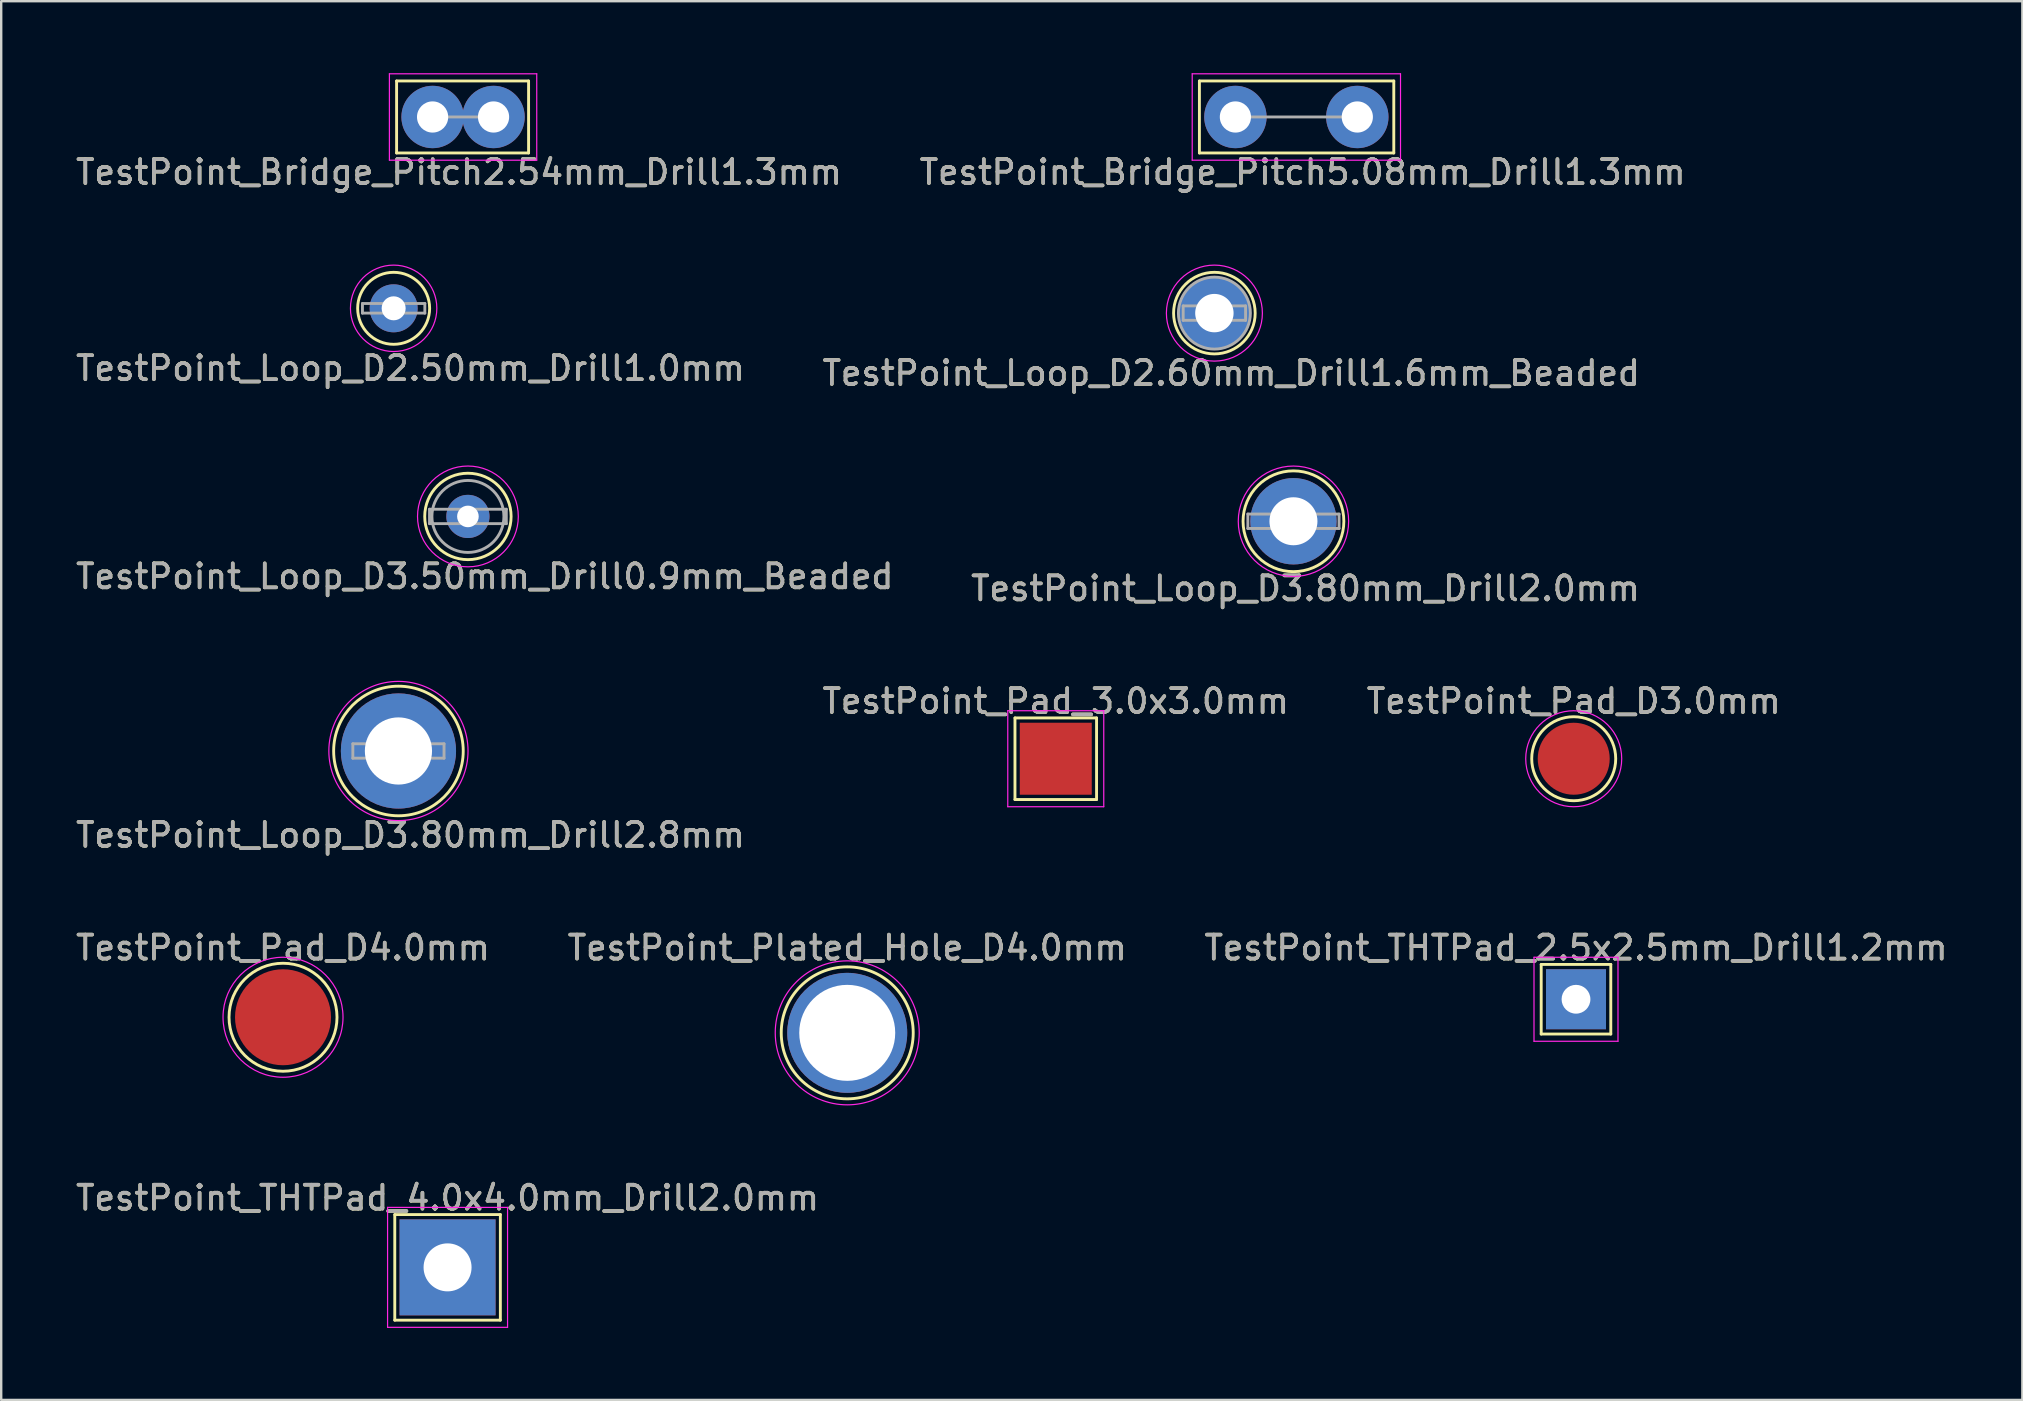
<source format=kicad_pcb>
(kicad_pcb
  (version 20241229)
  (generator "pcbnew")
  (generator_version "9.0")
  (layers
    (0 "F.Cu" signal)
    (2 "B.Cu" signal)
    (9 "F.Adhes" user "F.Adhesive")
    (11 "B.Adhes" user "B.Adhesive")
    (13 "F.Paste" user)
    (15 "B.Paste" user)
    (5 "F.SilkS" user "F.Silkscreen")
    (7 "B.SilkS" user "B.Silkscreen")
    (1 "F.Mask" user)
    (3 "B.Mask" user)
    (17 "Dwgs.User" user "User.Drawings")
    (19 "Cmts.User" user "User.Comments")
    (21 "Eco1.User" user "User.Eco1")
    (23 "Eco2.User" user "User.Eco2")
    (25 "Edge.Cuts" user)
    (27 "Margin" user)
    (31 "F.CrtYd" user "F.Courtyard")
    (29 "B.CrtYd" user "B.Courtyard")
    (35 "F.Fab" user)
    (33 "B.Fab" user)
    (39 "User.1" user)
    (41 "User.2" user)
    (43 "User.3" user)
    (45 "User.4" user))
  (footprint "TestPoint_Loop_D2.50mm_Drill1.0mm"
    (layer "F.Cu")
    (at 13.354 9.798)
    (property "Reference" "TestPoint_Loop_D2.50mm_Drill1.0mm" (at 0.7 2.5 0) (layer "F.SilkS") (effects (font (size 1 1) (thickness 0.15))))
    (attr through_hole)
    (fp_circle (center 0 0) (end 1.5 0) (stroke (width 0.12) (type solid)) (fill no) (layer "F.SilkS"))
    (fp_circle (center 0 0) (end 1.8 0) (stroke (width 0.05) (type solid)) (fill no) (layer "F.CrtYd"))
    (fp_line (start -1.3 -0.2) (end -1.3 0.2) (stroke (width 0.12) (type solid)) (layer "F.Fab"))
    (fp_line (start -1.3 0.2) (end 1.3 0.2) (stroke (width 0.12) (type solid)) (layer "F.Fab"))
    (fp_line (start 1.3 -0.2) (end -1.3 -0.2) (stroke (width 0.12) (type solid)) (layer "F.Fab"))
    (fp_line (start 1.3 0.2) (end 1.3 -0.2) (stroke (width 0.12) (type solid)) (layer "F.Fab"))
    (fp_text user "${REFERENCE}" (at 0.7 2.5 0) (layer "F.Fab") (effects (font (size 1 1) (thickness 0.15))))
    (pad "1" thru_hole circle (at 0 0) (size 2 2) (drill 1) (layers "*.Cu" "*.Mask")))
  (footprint "TestPoint_Loop_D3.80mm_Drill2.8mm"
    (layer "F.Cu")
    (at 13.554 28.245)
    (property "Reference" "TestPoint_Loop_D3.80mm_Drill2.8mm" (at 0.5 3.5 0) (layer "F.SilkS") (effects (font (size 1 1) (thickness 0.15))))
    (attr through_hole)
    (fp_circle (center 0 0) (end 2.7 0) (stroke (width 0.12) (type solid)) (fill no) (layer "F.SilkS"))
    (fp_circle (center 0 0) (end 2.9 0) (stroke (width 0.05) (type solid)) (fill no) (layer "F.CrtYd"))
    (fp_line (start -1.9 -0.3) (end -1.9 0.3) (stroke (width 0.12) (type solid)) (layer "F.Fab"))
    (fp_line (start -1.9 0.3) (end 1.9 0.3) (stroke (width 0.12) (type solid)) (layer "F.Fab"))
    (fp_line (start 1.9 -0.3) (end -1.9 -0.3) (stroke (width 0.12) (type solid)) (layer "F.Fab"))
    (fp_line (start 1.9 0.3) (end 1.9 -0.3) (stroke (width 0.12) (type solid)) (layer "F.Fab"))
    (fp_text user "${REFERENCE}" (at 0.5 3.5 0) (layer "F.Fab") (effects (font (size 1 1) (thickness 0.15))))
    (pad "1" thru_hole circle (at 0 0) (size 4.8 4.8) (drill 2.8) (layers "*.Cu" "*.Mask")))
  (footprint "TestPoint_Bridge_Pitch5.08mm_Drill1.3mm"
    (layer "F.Cu")
    (at 48.432 1.825)
    (property "Reference" "TestPoint_Bridge_Pitch5.08mm_Drill1.3mm" (at 2.8 2.3 0) (layer "F.SilkS") (effects (font (size 1 1) (thickness 0.15))))
    (attr through_hole)
    (fp_line (start -1.5 -1.5) (end -1.5 1.5) (stroke (width 0.12) (type solid)) (layer "F.SilkS"))
    (fp_line (start -1.5 -1.5) (end 6.6 -1.5) (stroke (width 0.12) (type solid)) (layer "F.SilkS"))
    (fp_line (start 6.6 1.5) (end -1.5 1.5) (stroke (width 0.12) (type solid)) (layer "F.SilkS"))
    (fp_line (start 6.6 1.5) (end 6.6 -1.5) (stroke (width 0.12) (type solid)) (layer "F.SilkS"))
    (fp_line (start -1.8 -1.8) (end -1.8 1.8) (stroke (width 0.05) (type solid)) (layer "F.CrtYd"))
    (fp_line (start -1.8 -1.8) (end 6.88 -1.8) (stroke (width 0.05) (type solid)) (layer "F.CrtYd"))
    (fp_line (start 6.88 1.8) (end -1.8 1.8) (stroke (width 0.05) (type solid)) (layer "F.CrtYd"))
    (fp_line (start 6.88 1.8) (end 6.88 -1.8) (stroke (width 0.05) (type solid)) (layer "F.CrtYd"))
    (fp_line (start 5.08 0) (end 0 0) (stroke (width 0.12) (type solid)) (layer "F.Fab"))
    (fp_text user "${REFERENCE}" (at 2.8 2.3 0) (layer "F.Fab") (effects (font (size 1 1) (thickness 0.15))))
    (pad "1" thru_hole circle (at 0 0) (size 2.6 2.6) (drill 1.3) (layers "*.Cu" "*.Mask"))
    (pad "1" thru_hole circle (at 5.08 0) (size 2.6 2.6) (drill 1.3) (layers "*.Cu" "*.Mask")))
  (footprint "TestPoint_Pad_3.0x3.0mm"
    (layer "F.Cu")
    (at 40.946 28.568)
    (property "Reference" "TestPoint_Pad_3.0x3.0mm" (at 0 -2.398 0) (layer "F.SilkS") (effects (font (size 1 1) (thickness 0.15))))
    (attr exclude_from_pos_files exclude_from_bom)
    (fp_line (start -1.7 -1.7) (end 1.7 -1.7) (stroke (width 0.12) (type solid)) (layer "F.SilkS"))
    (fp_line (start -1.7 1.7) (end -1.7 -1.7) (stroke (width 0.12) (type solid)) (layer "F.SilkS"))
    (fp_line (start 1.7 -1.7) (end 1.7 1.7) (stroke (width 0.12) (type solid)) (layer "F.SilkS"))
    (fp_line (start 1.7 1.7) (end -1.7 1.7) (stroke (width 0.12) (type solid)) (layer "F.SilkS"))
    (fp_line (start -2 -2) (end -2 2) (stroke (width 0.05) (type solid)) (layer "F.CrtYd"))
    (fp_line (start -2 -2) (end 2 -2) (stroke (width 0.05) (type solid)) (layer "F.CrtYd"))
    (fp_line (start 2 2) (end -2 2) (stroke (width 0.05) (type solid)) (layer "F.CrtYd"))
    (fp_line (start 2 2) (end 2 -2) (stroke (width 0.05) (type solid)) (layer "F.CrtYd"))
    (fp_text user "${REFERENCE}" (at 0 -2.4 0) (layer "F.Fab") (effects (font (size 1 1) (thickness 0.15))))
    (pad "1" smd rect (at 0 0) (size 3 3) (layers "F.Cu" "F.Mask")))
  (footprint "TestPoint_Plated_Hole_D4.0mm"
    (layer "F.Cu")
    (at 32.256 39.991)
    (property "Reference" "TestPoint_Plated_Hole_D4.0mm" (at 0 -3.548 0) (layer "F.SilkS") (effects (font (size 1 1) (thickness 0.15))))
    (attr exclude_from_pos_files exclude_from_bom)
    (fp_circle (center 0 0) (end 0 2.75) (stroke (width 0.12) (type solid)) (fill no) (layer "F.SilkS"))
    (fp_circle (center 0 0) (end 3 0) (stroke (width 0.05) (type solid)) (fill no) (layer "F.CrtYd"))
    (fp_text user "${REFERENCE}" (at 0 -3.55 0) (layer "F.Fab") (effects (font (size 1 1) (thickness 0.15))))
    (pad "1" thru_hole circle (at 0 0) (size 5 5) (drill 4) (layers "*.Cu" "*.Mask")))
  (footprint "TestPoint_Pad_D4.0mm"
    (layer "F.Cu")
    (at 8.744 39.341)
    (property "Reference" "TestPoint_Pad_D4.0mm" (at 0 -2.898 0) (layer "F.SilkS") (effects (font (size 1 1) (thickness 0.15))))
    (attr exclude_from_pos_files exclude_from_bom)
    (fp_circle (center 0 0) (end 0 2.25) (stroke (width 0.12) (type solid)) (fill no) (layer "F.SilkS"))
    (fp_circle (center 0 0) (end 2.5 0) (stroke (width 0.05) (type solid)) (fill no) (layer "F.CrtYd"))
    (fp_text user "${REFERENCE}" (at 0 -2.9 0) (layer "F.Fab") (effects (font (size 1 1) (thickness 0.15))))
    (pad "1" smd circle (at 0 0) (size 4 4) (layers "F.Cu" "F.Mask")))
  (footprint "TestPoint_Loop_D2.60mm_Drill1.6mm_Beaded"
    (layer "F.Cu")
    (at 47.556 9.998)
    (property "Reference" "TestPoint_Loop_D2.60mm_Drill1.6mm_Beaded" (at 0.7 2.5 0) (layer "F.SilkS") (effects (font (size 1 1) (thickness 0.15))))
    (attr through_hole)
    (fp_circle (center 0 0) (end 1.7 0) (stroke (width 0.12) (type solid)) (fill no) (layer "F.SilkS"))
    (fp_circle (center 0 0) (end 2 0) (stroke (width 0.05) (type solid)) (fill no) (layer "F.CrtYd"))
    (fp_line (start -1.3 -0.3) (end -1.3 0.3) (stroke (width 0.12) (type solid)) (layer "F.Fab"))
    (fp_line (start -1.3 0.3) (end 1.3 0.3) (stroke (width 0.12) (type solid)) (layer "F.Fab"))
    (fp_line (start 1.3 -0.3) (end -1.3 -0.3) (stroke (width 0.12) (type solid)) (layer "F.Fab"))
    (fp_line (start 1.3 0.3) (end 1.3 -0.3) (stroke (width 0.12) (type solid)) (layer "F.Fab"))
    (fp_circle (center 0 0) (end 1.5 0) (stroke (width 0.12) (type solid)) (fill no) (layer "F.Fab"))
    (fp_text user "${REFERENCE}" (at 0.7 2.5 0) (layer "F.Fab") (effects (font (size 1 1) (thickness 0.15))))
    (pad "1" thru_hole circle (at 0 0) (size 3 3) (drill 1.6) (layers "*.Cu" "*.Mask")))
  (footprint "TestPoint_THTPad_4.0x4.0mm_Drill2.0mm"
    (layer "F.Cu")
    (at 15.601 49.764)
    (property "Reference" "TestPoint_THTPad_4.0x4.0mm_Drill2.0mm" (at 0 -2.898 0) (layer "F.SilkS") (effects (font (size 1 1) (thickness 0.15))))
    (attr exclude_from_pos_files exclude_from_bom)
    (fp_line (start -2.2 -2.2) (end 2.2 -2.2) (stroke (width 0.12) (type solid)) (layer "F.SilkS"))
    (fp_line (start -2.2 2.2) (end -2.2 -2.2) (stroke (width 0.12) (type solid)) (layer "F.SilkS"))
    (fp_line (start 2.2 -2.2) (end 2.2 2.2) (stroke (width 0.12) (type solid)) (layer "F.SilkS"))
    (fp_line (start 2.2 2.2) (end -2.2 2.2) (stroke (width 0.12) (type solid)) (layer "F.SilkS"))
    (fp_line (start -2.5 -2.5) (end -2.5 2.5) (stroke (width 0.05) (type solid)) (layer "F.CrtYd"))
    (fp_line (start -2.5 -2.5) (end 2.5 -2.5) (stroke (width 0.05) (type solid)) (layer "F.CrtYd"))
    (fp_line (start 2.5 2.5) (end -2.5 2.5) (stroke (width 0.05) (type solid)) (layer "F.CrtYd"))
    (fp_line (start 2.5 2.5) (end 2.5 -2.5) (stroke (width 0.05) (type solid)) (layer "F.CrtYd"))
    (fp_text user "${REFERENCE}" (at 0 -2.9 0) (layer "F.Fab") (effects (font (size 1 1) (thickness 0.15))))
    (pad "1" thru_hole rect (at 0 0) (size 4 4) (drill 2) (layers "*.Cu" "*.Mask")))
  (footprint "TestPoint_Loop_D3.50mm_Drill0.9mm_Beaded"
    (layer "F.Cu")
    (at 16.449 18.471)
    (property "Reference" "TestPoint_Loop_D3.50mm_Drill0.9mm_Beaded" (at 0.7 2.5 0) (layer "F.SilkS") (effects (font (size 1 1) (thickness 0.15))))
    (attr through_hole)
    (fp_circle (center 0 0) (end 1.8 0) (stroke (width 0.12) (type solid)) (fill no) (layer "F.SilkS"))
    (fp_circle (center 0 0) (end 2.1 0) (stroke (width 0.05) (type solid)) (fill no) (layer "F.CrtYd"))
    (fp_line (start -1.6 -0.3) (end -1.6 0.3) (stroke (width 0.12) (type solid)) (layer "F.Fab"))
    (fp_line (start -1.6 0.3) (end 1.6 0.3) (stroke (width 0.12) (type solid)) (layer "F.Fab"))
    (fp_line (start 1.6 -0.3) (end -1.6 -0.3) (stroke (width 0.12) (type solid)) (layer "F.Fab"))
    (fp_line (start 1.6 0.3) (end 1.6 -0.3) (stroke (width 0.12) (type solid)) (layer "F.Fab"))
    (fp_circle (center 0 0) (end 1.5 0) (stroke (width 0.12) (type solid)) (fill no) (layer "F.Fab"))
    (fp_text user "${REFERENCE}" (at 0.7 2.5 0) (layer "F.Fab") (effects (font (size 1 1) (thickness 0.15))))
    (pad "1" thru_hole circle (at 0 0) (size 1.8 1.8) (drill 0.9) (layers "*.Cu" "*.Mask")))
  (footprint "TestPoint_Pad_D3.0mm"
    (layer "F.Cu")
    (at 62.53 28.568)
    (property "Reference" "TestPoint_Pad_D3.0mm" (at 0 -2.398 0) (layer "F.SilkS") (effects (font (size 1 1) (thickness 0.15))))
    (attr exclude_from_pos_files exclude_from_bom)
    (fp_circle (center 0 0) (end 0 1.75) (stroke (width 0.12) (type solid)) (fill no) (layer "F.SilkS"))
    (fp_circle (center 0 0) (end 2 0) (stroke (width 0.05) (type solid)) (fill no) (layer "F.CrtYd"))
    (fp_text user "${REFERENCE}" (at 0 -2.4 0) (layer "F.Fab") (effects (font (size 1 1) (thickness 0.15))))
    (pad "1" smd circle (at 0 0) (size 3 3) (layers "F.Cu" "F.Mask")))
  (footprint "TestPoint_Loop_D3.80mm_Drill2.0mm"
    (layer "F.Cu")
    (at 50.851 18.672)
    (property "Reference" "TestPoint_Loop_D3.80mm_Drill2.0mm" (at 0.5 2.8 0) (layer "F.SilkS") (effects (font (size 1 1) (thickness 0.15))))
    (attr through_hole)
    (fp_circle (center 0 0) (end 2.1 0) (stroke (width 0.12) (type solid)) (fill no) (layer "F.SilkS"))
    (fp_circle (center 0 0) (end 2.3 0) (stroke (width 0.05) (type solid)) (fill no) (layer "F.CrtYd"))
    (fp_line (start -1.9 -0.3) (end -1.9 0.3) (stroke (width 0.12) (type solid)) (layer "F.Fab"))
    (fp_line (start -1.9 0.3) (end 1.9 0.3) (stroke (width 0.12) (type solid)) (layer "F.Fab"))
    (fp_line (start 1.9 -0.3) (end -1.9 -0.3) (stroke (width 0.12) (type solid)) (layer "F.Fab"))
    (fp_line (start 1.9 0.3) (end 1.9 -0.3) (stroke (width 0.12) (type solid)) (layer "F.Fab"))
    (fp_text user "${REFERENCE}" (at 0.5 2.8 0) (layer "F.Fab") (effects (font (size 1 1) (thickness 0.15))))
    (pad "1" thru_hole circle (at 0 0) (size 3.6 3.6) (drill 2) (layers "*.Cu" "*.Mask")))
  (footprint "TestPoint_Bridge_Pitch2.54mm_Drill1.3mm"
    (layer "F.Cu")
    (at 14.977 1.825)
    (property "Reference" "TestPoint_Bridge_Pitch2.54mm_Drill1.3mm" (at 1.1 2.3 0) (layer "F.SilkS") (effects (font (size 1 1) (thickness 0.15))))
    (attr through_hole)
    (fp_line (start -1.5 -1.5) (end -1.5 1.5) (stroke (width 0.12) (type solid)) (layer "F.SilkS"))
    (fp_line (start -1.5 1.5) (end 4 1.5) (stroke (width 0.12) (type solid)) (layer "F.SilkS"))
    (fp_line (start 4 -1.5) (end -1.5 -1.5) (stroke (width 0.12) (type solid)) (layer "F.SilkS"))
    (fp_line (start 4 1.5) (end 4 -1.5) (stroke (width 0.12) (type solid)) (layer "F.SilkS"))
    (fp_line (start -1.8 -1.8) (end -1.8 1.8) (stroke (width 0.05) (type solid)) (layer "F.CrtYd"))
    (fp_line (start -1.8 -1.8) (end 4.34 -1.8) (stroke (width 0.05) (type solid)) (layer "F.CrtYd"))
    (fp_line (start 4.34 1.8) (end -1.8 1.8) (stroke (width 0.05) (type solid)) (layer "F.CrtYd"))
    (fp_line (start 4.34 1.8) (end 4.34 -1.8) (stroke (width 0.05) (type solid)) (layer "F.CrtYd"))
    (fp_line (start 2.54 0) (end 0 0) (stroke (width 0.12) (type solid)) (layer "F.Fab"))
    (fp_text user "${REFERENCE}" (at 1.1 2.3 0) (layer "F.Fab") (effects (font (size 1 1) (thickness 0.15))))
    (pad "1" thru_hole circle (at 0 0) (size 2.6 2.6) (drill 1.3) (layers "*.Cu" "*.Mask"))
    (pad "1" thru_hole circle (at 2.54 0) (size 2.6 2.6) (drill 1.3) (layers "*.Cu" "*.Mask")))
  (footprint "TestPoint_THTPad_2.5x2.5mm_Drill1.2mm"
    (layer "F.Cu")
    (at 62.625 38.591)
    (property "Reference" "TestPoint_THTPad_2.5x2.5mm_Drill1.2mm" (at 0 -2.148 0) (layer "F.SilkS") (effects (font (size 1 1) (thickness 0.15))))
    (attr exclude_from_pos_files exclude_from_bom)
    (fp_line (start -1.45 -1.45) (end 1.45 -1.45) (stroke (width 0.12) (type solid)) (layer "F.SilkS"))
    (fp_line (start -1.45 1.45) (end -1.45 -1.45) (stroke (width 0.12) (type solid)) (layer "F.SilkS"))
    (fp_line (start 1.45 -1.45) (end 1.45 1.45) (stroke (width 0.12) (type solid)) (layer "F.SilkS"))
    (fp_line (start 1.45 1.45) (end -1.45 1.45) (stroke (width 0.12) (type solid)) (layer "F.SilkS"))
    (fp_line (start -1.75 -1.75) (end -1.75 1.75) (stroke (width 0.05) (type solid)) (layer "F.CrtYd"))
    (fp_line (start -1.75 -1.75) (end 1.75 -1.75) (stroke (width 0.05) (type solid)) (layer "F.CrtYd"))
    (fp_line (start 1.75 1.75) (end -1.75 1.75) (stroke (width 0.05) (type solid)) (layer "F.CrtYd"))
    (fp_line (start 1.75 1.75) (end 1.75 -1.75) (stroke (width 0.05) (type solid)) (layer "F.CrtYd"))
    (fp_text user "${REFERENCE}" (at 0 -2.15 0) (layer "F.Fab") (effects (font (size 1 1) (thickness 0.15))))
    (pad "1" thru_hole rect (at 0 0) (size 2.5 2.5) (drill 1.2) (layers "*.Cu" "*.Mask")))
  (gr_rect
    (start -3 -3)
    (end 81.226 55.289)
    (stroke (width 0.1) (type default))
    (fill no)
    (layer "Edge.Cuts")))
</source>
